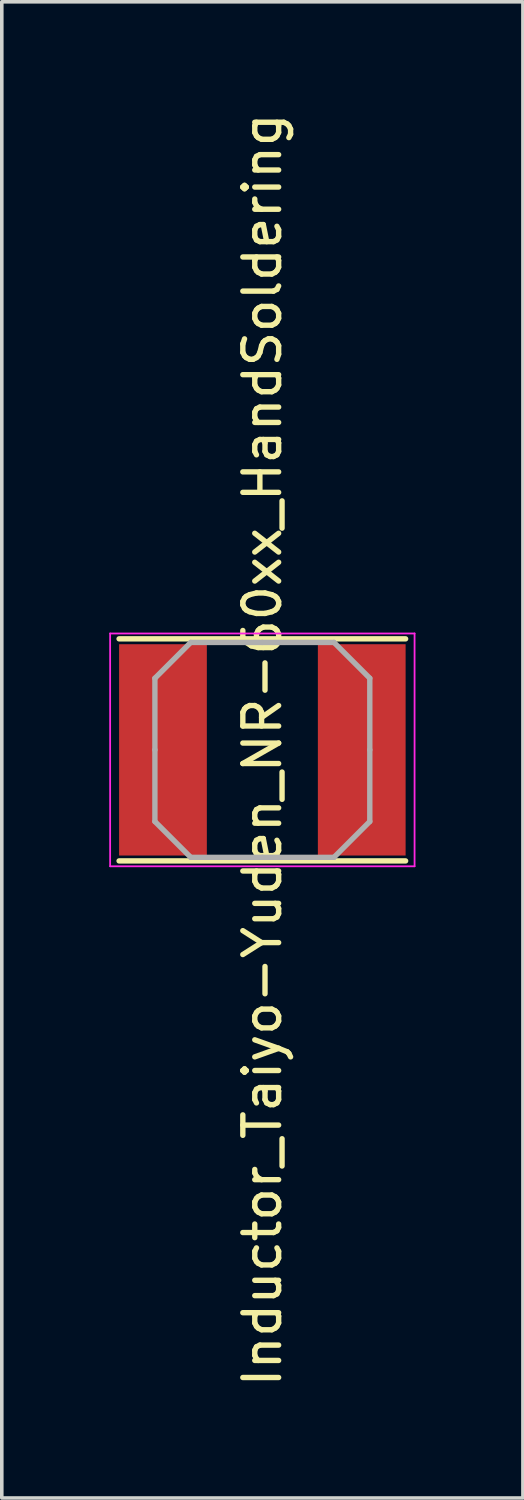
<source format=kicad_pcb>
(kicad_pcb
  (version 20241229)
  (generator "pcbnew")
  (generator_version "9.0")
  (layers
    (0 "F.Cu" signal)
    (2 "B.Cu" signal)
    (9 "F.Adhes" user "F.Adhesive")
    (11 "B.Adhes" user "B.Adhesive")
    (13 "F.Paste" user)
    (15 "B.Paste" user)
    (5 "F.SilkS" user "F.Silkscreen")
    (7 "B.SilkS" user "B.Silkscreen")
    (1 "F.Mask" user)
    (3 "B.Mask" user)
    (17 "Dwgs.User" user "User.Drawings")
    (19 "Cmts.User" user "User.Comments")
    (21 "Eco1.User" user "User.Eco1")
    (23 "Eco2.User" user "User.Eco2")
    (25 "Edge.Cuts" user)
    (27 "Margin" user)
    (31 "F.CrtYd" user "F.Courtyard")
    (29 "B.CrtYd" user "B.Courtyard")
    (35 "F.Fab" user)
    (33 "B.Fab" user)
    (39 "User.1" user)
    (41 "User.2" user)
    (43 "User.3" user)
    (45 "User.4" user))
  (footprint "Inductor_Taiyo-Yuden_NR-60xx_HandSoldering"
    (layer "F.Cu")
    (at 4.275 17.887)
    (property "Reference" "Inductor_Taiyo-Yuden_NR-60xx_HandSoldering" (at 0 0 90) (layer "F.SilkS") (effects (font (size 1 1) (thickness 0.15))))
    (attr smd)
    (fp_line (start -4 -3.1) (end 4 -3.1) (stroke (width 0.15) (type solid)) (layer "F.SilkS"))
    (fp_line (start -4 3.1) (end 4 3.1) (stroke (width 0.15) (type solid)) (layer "F.SilkS"))
    (fp_line (start -4.25 -3.25) (end -4.25 3.25) (stroke (width 0.05) (type solid)) (layer "F.CrtYd"))
    (fp_line (start -4.25 3.25) (end 4.25 3.25) (stroke (width 0.05) (type solid)) (layer "F.CrtYd"))
    (fp_line (start 4.25 -3.25) (end -4.25 -3.25) (stroke (width 0.05) (type solid)) (layer "F.CrtYd"))
    (fp_line (start 4.25 3.25) (end 4.25 -3.25) (stroke (width 0.05) (type solid)) (layer "F.CrtYd"))
    (fp_line (start -3 -2) (end -2 -3) (stroke (width 0.15) (type solid)) (layer "F.Fab"))
    (fp_line (start -3 0) (end -3 -2) (stroke (width 0.15) (type solid)) (layer "F.Fab"))
    (fp_line (start -3 0) (end -3 2) (stroke (width 0.15) (type solid)) (layer "F.Fab"))
    (fp_line (start -3 2) (end -2 3) (stroke (width 0.15) (type solid)) (layer "F.Fab"))
    (fp_line (start -2 -3) (end 0 -3) (stroke (width 0.15) (type solid)) (layer "F.Fab"))
    (fp_line (start -2 3) (end 0 3) (stroke (width 0.15) (type solid)) (layer "F.Fab"))
    (fp_line (start 2 -3) (end 0 -3) (stroke (width 0.15) (type solid)) (layer "F.Fab"))
    (fp_line (start 2 3) (end 0 3) (stroke (width 0.15) (type solid)) (layer "F.Fab"))
    (fp_line (start 3 -2) (end 2 -3) (stroke (width 0.15) (type solid)) (layer "F.Fab"))
    (fp_line (start 3 0) (end 3 -2) (stroke (width 0.15) (type solid)) (layer "F.Fab"))
    (fp_line (start 3 0) (end 3 2) (stroke (width 0.15) (type solid)) (layer "F.Fab"))
    (fp_line (start 3 2) (end 2 3) (stroke (width 0.15) (type solid)) (layer "F.Fab"))
    (pad "1" smd rect (at -2.775 0) (size 2.45 5.9) (layers "F.Cu" "F.Mask" "F.Paste"))
    (pad "2" smd rect (at 2.775 0) (size 2.45 5.9) (layers "F.Cu" "F.Mask" "F.Paste")))
  (gr_rect
    (start -3 -3)
    (end 11.55 38.774)
    (stroke (width 0.1) (type default))
    (fill no)
    (layer "Edge.Cuts")))
</source>
